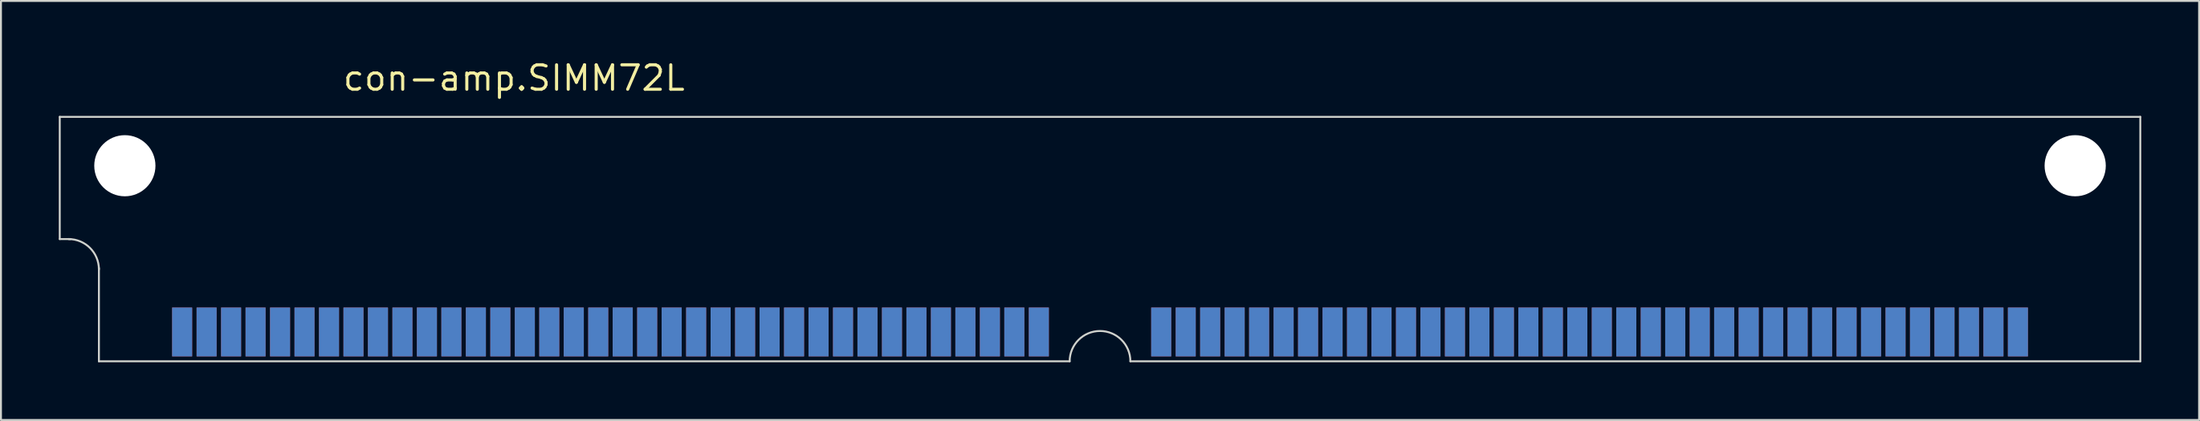
<source format=kicad_pcb>
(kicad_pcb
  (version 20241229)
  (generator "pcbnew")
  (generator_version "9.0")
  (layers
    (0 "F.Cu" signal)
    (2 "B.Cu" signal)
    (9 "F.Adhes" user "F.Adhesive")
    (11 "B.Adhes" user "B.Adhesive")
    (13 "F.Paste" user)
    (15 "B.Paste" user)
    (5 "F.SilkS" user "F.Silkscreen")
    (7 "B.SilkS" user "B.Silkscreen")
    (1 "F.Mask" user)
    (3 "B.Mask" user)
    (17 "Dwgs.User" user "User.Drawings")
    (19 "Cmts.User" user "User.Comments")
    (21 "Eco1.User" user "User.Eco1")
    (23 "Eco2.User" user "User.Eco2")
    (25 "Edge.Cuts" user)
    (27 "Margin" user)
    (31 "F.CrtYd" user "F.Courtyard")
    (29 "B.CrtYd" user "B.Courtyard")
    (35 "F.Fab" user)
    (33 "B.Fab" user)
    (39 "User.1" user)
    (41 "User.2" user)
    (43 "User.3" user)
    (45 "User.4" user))
  (footprint "con-amp.SIMM72L"
    (layer "F.Cu")
    (at 54.025 5.56)
    (property "Reference" "con-amp.SIMM72L" (at -39.37 -3.81 0) (layer "F.SilkS") (effects (font (size 1.27 1.27) (thickness 0.16)) (justify left bottom)))
    (attr smd)
    (fp_line (start -53.975 -2.54) (end 53.975 -2.54) (stroke (width 0.1) (type default)) (layer "Edge.Cuts"))
    (fp_line (start -53.975 3.81) (end -53.975 -2.54) (stroke (width 0.1) (type default)) (layer "Edge.Cuts"))
    (fp_line (start -53.975 3.81) (end -53.416 3.81) (stroke (width 0.1) (type default)) (layer "Edge.Cuts"))
    (fp_line (start -51.943 10.16) (end -51.943 5.309) (stroke (width 0.1) (type default)) (layer "Edge.Cuts"))
    (fp_line (start -1.575 10.16) (end -51.943 10.16) (stroke (width 0.1) (type default)) (layer "Edge.Cuts"))
    (fp_line (start 53.975 -2.54) (end 53.975 10.16) (stroke (width 0.1) (type default)) (layer "Edge.Cuts"))
    (fp_line (start 53.975 10.16) (end 1.575 10.16) (stroke (width 0.1) (type default)) (layer "Edge.Cuts"))
    (fp_arc (start -53.5178 3.81) (mid -52.404248 4.271248) (end -51.943 5.3848) (stroke (width 0.1) (type default)) (layer "Edge.Cuts"))
    (fp_arc (start -1.5748 10.16) (mid 0 8.5852) (end 1.5748 10.16) (stroke (width 0.1) (type default)) (layer "Edge.Cuts"))
    (pad "" np_thru_hole circle (at -50.597 0) (size 3.175 3.175) (drill 3.175) (layers "*.Cu" "*.Mask"))
    (pad "" np_thru_hole circle (at 50.597 0) (size 3.175 3.175) (drill 3.175) (layers "*.Cu" "*.Mask"))
    (pad "1" smd roundrect (at -47.625 8.636) (size 1.041 2.54) (layers "F.Cu" "F.Mask" "F.Paste") (roundrect_rratio 0.01))
    (pad "2" smd roundrect (at -46.355 8.636) (size 1.041 2.54) (layers "F.Cu" "F.Mask" "F.Paste") (roundrect_rratio 0.01))
    (pad "3" smd roundrect (at -45.085 8.636) (size 1.041 2.54) (layers "F.Cu" "F.Mask" "F.Paste") (roundrect_rratio 0.01))
    (pad "4" smd roundrect (at -43.815 8.636) (size 1.041 2.54) (layers "F.Cu" "F.Mask" "F.Paste") (roundrect_rratio 0.01))
    (pad "5" smd roundrect (at -42.545 8.636) (size 1.041 2.54) (layers "F.Cu" "F.Mask" "F.Paste") (roundrect_rratio 0.01))
    (pad "6" smd roundrect (at -41.275 8.636) (size 1.041 2.54) (layers "F.Cu" "F.Mask" "F.Paste") (roundrect_rratio 0.01))
    (pad "7" smd roundrect (at -40.005 8.636) (size 1.041 2.54) (layers "F.Cu" "F.Mask" "F.Paste") (roundrect_rratio 0.01))
    (pad "8" smd roundrect (at -38.735 8.636) (size 1.041 2.54) (layers "F.Cu" "F.Mask" "F.Paste") (roundrect_rratio 0.01))
    (pad "9" smd roundrect (at -37.465 8.636) (size 1.041 2.54) (layers "F.Cu" "F.Mask" "F.Paste") (roundrect_rratio 0.01))
    (pad "10" smd roundrect (at -36.195 8.636) (size 1.041 2.54) (layers "F.Cu" "F.Mask" "F.Paste") (roundrect_rratio 0.01))
    (pad "11" smd roundrect (at -34.925 8.636) (size 1.041 2.54) (layers "F.Cu" "F.Mask" "F.Paste") (roundrect_rratio 0.01))
    (pad "12" smd roundrect (at -33.655 8.636) (size 1.041 2.54) (layers "F.Cu" "F.Mask" "F.Paste") (roundrect_rratio 0.01))
    (pad "13" smd roundrect (at -32.385 8.636) (size 1.041 2.54) (layers "F.Cu" "F.Mask" "F.Paste") (roundrect_rratio 0.01))
    (pad "14" smd roundrect (at -31.115 8.636) (size 1.041 2.54) (layers "F.Cu" "F.Mask" "F.Paste") (roundrect_rratio 0.01))
    (pad "15" smd roundrect (at -29.845 8.636) (size 1.041 2.54) (layers "F.Cu" "F.Mask" "F.Paste") (roundrect_rratio 0.01))
    (pad "16" smd roundrect (at -28.575 8.636) (size 1.041 2.54) (layers "F.Cu" "F.Mask" "F.Paste") (roundrect_rratio 0.01))
    (pad "17" smd roundrect (at -27.305 8.636) (size 1.041 2.54) (layers "F.Cu" "F.Mask" "F.Paste") (roundrect_rratio 0.01))
    (pad "18" smd roundrect (at -26.035 8.636) (size 1.041 2.54) (layers "F.Cu" "F.Mask" "F.Paste") (roundrect_rratio 0.01))
    (pad "19" smd roundrect (at -24.765 8.636) (size 1.041 2.54) (layers "F.Cu" "F.Mask" "F.Paste") (roundrect_rratio 0.01))
    (pad "20" smd roundrect (at -23.495 8.636) (size 1.041 2.54) (layers "F.Cu" "F.Mask" "F.Paste") (roundrect_rratio 0.01))
    (pad "21" smd roundrect (at -22.225 8.636) (size 1.041 2.54) (layers "F.Cu" "F.Mask" "F.Paste") (roundrect_rratio 0.01))
    (pad "22" smd roundrect (at -20.955 8.636) (size 1.041 2.54) (layers "F.Cu" "F.Mask" "F.Paste") (roundrect_rratio 0.01))
    (pad "23" smd roundrect (at -19.685 8.636) (size 1.041 2.54) (layers "F.Cu" "F.Mask" "F.Paste") (roundrect_rratio 0.01))
    (pad "24" smd roundrect (at -18.415 8.636) (size 1.041 2.54) (layers "F.Cu" "F.Mask" "F.Paste") (roundrect_rratio 0.01))
    (pad "25" smd roundrect (at -17.145 8.636) (size 1.041 2.54) (layers "F.Cu" "F.Mask" "F.Paste") (roundrect_rratio 0.01))
    (pad "26" smd roundrect (at -15.875 8.636) (size 1.041 2.54) (layers "F.Cu" "F.Mask" "F.Paste") (roundrect_rratio 0.01))
    (pad "27" smd roundrect (at -14.605 8.636) (size 1.041 2.54) (layers "F.Cu" "F.Mask" "F.Paste") (roundrect_rratio 0.01))
    (pad "28" smd roundrect (at -13.335 8.636) (size 1.041 2.54) (layers "F.Cu" "F.Mask" "F.Paste") (roundrect_rratio 0.01))
    (pad "29" smd roundrect (at -12.065 8.636) (size 1.041 2.54) (layers "F.Cu" "F.Mask" "F.Paste") (roundrect_rratio 0.01))
    (pad "30" smd roundrect (at -10.795 8.636) (size 1.041 2.54) (layers "F.Cu" "F.Mask" "F.Paste") (roundrect_rratio 0.01))
    (pad "31" smd roundrect (at -9.525 8.636) (size 1.041 2.54) (layers "F.Cu" "F.Mask" "F.Paste") (roundrect_rratio 0.01))
    (pad "32" smd roundrect (at -8.255 8.636) (size 1.041 2.54) (layers "F.Cu" "F.Mask" "F.Paste") (roundrect_rratio 0.01))
    (pad "33" smd roundrect (at -6.985 8.636) (size 1.041 2.54) (layers "F.Cu" "F.Mask" "F.Paste") (roundrect_rratio 0.01))
    (pad "34" smd roundrect (at -5.715 8.636) (size 1.041 2.54) (layers "F.Cu" "F.Mask" "F.Paste") (roundrect_rratio 0.01))
    (pad "35" smd roundrect (at -4.445 8.636) (size 1.041 2.54) (layers "F.Cu" "F.Mask" "F.Paste") (roundrect_rratio 0.01))
    (pad "36" smd roundrect (at -3.175 8.636) (size 1.041 2.54) (layers "F.Cu" "F.Mask" "F.Paste") (roundrect_rratio 0.01))
    (pad "37" smd roundrect (at 3.175 8.636) (size 1.041 2.54) (layers "F.Cu" "F.Mask" "F.Paste") (roundrect_rratio 0.01))
    (pad "38" smd roundrect (at 4.445 8.636) (size 1.041 2.54) (layers "F.Cu" "F.Mask" "F.Paste") (roundrect_rratio 0.01))
    (pad "39" smd roundrect (at 5.715 8.636) (size 1.041 2.54) (layers "F.Cu" "F.Mask" "F.Paste") (roundrect_rratio 0.01))
    (pad "40" smd roundrect (at 6.985 8.636) (size 1.041 2.54) (layers "F.Cu" "F.Mask" "F.Paste") (roundrect_rratio 0.01))
    (pad "41" smd roundrect (at 8.255 8.636) (size 1.041 2.54) (layers "F.Cu" "F.Mask" "F.Paste") (roundrect_rratio 0.01))
    (pad "42" smd roundrect (at 9.525 8.636) (size 1.041 2.54) (layers "F.Cu" "F.Mask" "F.Paste") (roundrect_rratio 0.01))
    (pad "43" smd roundrect (at 10.795 8.636) (size 1.041 2.54) (layers "F.Cu" "F.Mask" "F.Paste") (roundrect_rratio 0.01))
    (pad "44" smd roundrect (at 12.065 8.636) (size 1.041 2.54) (layers "F.Cu" "F.Mask" "F.Paste") (roundrect_rratio 0.01))
    (pad "45" smd roundrect (at 13.335 8.636) (size 1.041 2.54) (layers "F.Cu" "F.Mask" "F.Paste") (roundrect_rratio 0.01))
    (pad "46" smd roundrect (at 14.605 8.636) (size 1.041 2.54) (layers "F.Cu" "F.Mask" "F.Paste") (roundrect_rratio 0.01))
    (pad "47" smd roundrect (at 15.875 8.636) (size 1.041 2.54) (layers "F.Cu" "F.Mask" "F.Paste") (roundrect_rratio 0.01))
    (pad "48" smd roundrect (at 17.145 8.636) (size 1.041 2.54) (layers "F.Cu" "F.Mask" "F.Paste") (roundrect_rratio 0.01))
    (pad "49" smd roundrect (at 18.415 8.636) (size 1.041 2.54) (layers "F.Cu" "F.Mask" "F.Paste") (roundrect_rratio 0.01))
    (pad "50" smd roundrect (at 19.685 8.636) (size 1.041 2.54) (layers "F.Cu" "F.Mask" "F.Paste") (roundrect_rratio 0.01))
    (pad "51" smd roundrect (at 20.955 8.636) (size 1.041 2.54) (layers "F.Cu" "F.Mask" "F.Paste") (roundrect_rratio 0.01))
    (pad "52" smd roundrect (at 22.225 8.636) (size 1.041 2.54) (layers "F.Cu" "F.Mask" "F.Paste") (roundrect_rratio 0.01))
    (pad "53" smd roundrect (at 23.495 8.636) (size 1.041 2.54) (layers "F.Cu" "F.Mask" "F.Paste") (roundrect_rratio 0.01))
    (pad "54" smd roundrect (at 24.765 8.636) (size 1.041 2.54) (layers "F.Cu" "F.Mask" "F.Paste") (roundrect_rratio 0.01))
    (pad "55" smd roundrect (at 26.035 8.636) (size 1.041 2.54) (layers "F.Cu" "F.Mask" "F.Paste") (roundrect_rratio 0.01))
    (pad "56" smd roundrect (at 27.305 8.636) (size 1.041 2.54) (layers "F.Cu" "F.Mask" "F.Paste") (roundrect_rratio 0.01))
    (pad "57" smd roundrect (at 28.575 8.636) (size 1.041 2.54) (layers "F.Cu" "F.Mask" "F.Paste") (roundrect_rratio 0.01))
    (pad "58" smd roundrect (at 29.845 8.636) (size 1.041 2.54) (layers "F.Cu" "F.Mask" "F.Paste") (roundrect_rratio 0.01))
    (pad "59" smd roundrect (at 31.115 8.636) (size 1.041 2.54) (layers "F.Cu" "F.Mask" "F.Paste") (roundrect_rratio 0.01))
    (pad "60" smd roundrect (at 32.385 8.636) (size 1.041 2.54) (layers "F.Cu" "F.Mask" "F.Paste") (roundrect_rratio 0.01))
    (pad "61" smd roundrect (at 33.655 8.636) (size 1.041 2.54) (layers "F.Cu" "F.Mask" "F.Paste") (roundrect_rratio 0.01))
    (pad "62" smd roundrect (at 34.925 8.636) (size 1.041 2.54) (layers "F.Cu" "F.Mask" "F.Paste") (roundrect_rratio 0.01))
    (pad "63" smd roundrect (at 36.195 8.636) (size 1.041 2.54) (layers "F.Cu" "F.Mask" "F.Paste") (roundrect_rratio 0.01))
    (pad "64" smd roundrect (at 37.465 8.636) (size 1.041 2.54) (layers "F.Cu" "F.Mask" "F.Paste") (roundrect_rratio 0.01))
    (pad "65" smd roundrect (at 38.735 8.636) (size 1.041 2.54) (layers "F.Cu" "F.Mask" "F.Paste") (roundrect_rratio 0.01))
    (pad "66" smd roundrect (at 40.005 8.636) (size 1.041 2.54) (layers "F.Cu" "F.Mask" "F.Paste") (roundrect_rratio 0.01))
    (pad "67" smd roundrect (at 41.275 8.636) (size 1.041 2.54) (layers "F.Cu" "F.Mask" "F.Paste") (roundrect_rratio 0.01))
    (pad "68" smd roundrect (at 42.545 8.636) (size 1.041 2.54) (layers "F.Cu" "F.Mask" "F.Paste") (roundrect_rratio 0.01))
    (pad "69" smd roundrect (at 43.815 8.636) (size 1.041 2.54) (layers "F.Cu" "F.Mask" "F.Paste") (roundrect_rratio 0.01))
    (pad "70" smd roundrect (at 45.085 8.636) (size 1.041 2.54) (layers "F.Cu" "F.Mask" "F.Paste") (roundrect_rratio 0.01))
    (pad "71" smd roundrect (at 46.355 8.636) (size 1.041 2.54) (layers "F.Cu" "F.Mask" "F.Paste") (roundrect_rratio 0.01))
    (pad "72" smd roundrect (at 47.625 8.636) (size 1.041 2.54) (layers "F.Cu" "F.Mask" "F.Paste") (roundrect_rratio 0.01))
    (pad "73" smd roundrect (at -47.625 8.636) (size 1.041 2.54) (layers "B.Cu" "B.Mask" "B.Paste") (roundrect_rratio 0.01))
    (pad "74" smd roundrect (at -46.355 8.636) (size 1.041 2.54) (layers "B.Cu" "B.Mask" "B.Paste") (roundrect_rratio 0.01))
    (pad "75" smd roundrect (at -45.085 8.636) (size 1.041 2.54) (layers "B.Cu" "B.Mask" "B.Paste") (roundrect_rratio 0.01))
    (pad "76" smd roundrect (at -43.815 8.636) (size 1.041 2.54) (layers "B.Cu" "B.Mask" "B.Paste") (roundrect_rratio 0.01))
    (pad "77" smd roundrect (at -42.545 8.636) (size 1.041 2.54) (layers "B.Cu" "B.Mask" "B.Paste") (roundrect_rratio 0.01))
    (pad "78" smd roundrect (at -41.275 8.636) (size 1.041 2.54) (layers "B.Cu" "B.Mask" "B.Paste") (roundrect_rratio 0.01))
    (pad "79" smd roundrect (at -40.005 8.636) (size 1.041 2.54) (layers "B.Cu" "B.Mask" "B.Paste") (roundrect_rratio 0.01))
    (pad "80" smd roundrect (at -38.735 8.636) (size 1.041 2.54) (layers "B.Cu" "B.Mask" "B.Paste") (roundrect_rratio 0.01))
    (pad "81" smd roundrect (at -37.465 8.636) (size 1.041 2.54) (layers "B.Cu" "B.Mask" "B.Paste") (roundrect_rratio 0.01))
    (pad "82" smd roundrect (at -36.195 8.636) (size 1.041 2.54) (layers "B.Cu" "B.Mask" "B.Paste") (roundrect_rratio 0.01))
    (pad "83" smd roundrect (at -34.925 8.636) (size 1.041 2.54) (layers "B.Cu" "B.Mask" "B.Paste") (roundrect_rratio 0.01))
    (pad "84" smd roundrect (at -33.655 8.636) (size 1.041 2.54) (layers "B.Cu" "B.Mask" "B.Paste") (roundrect_rratio 0.01))
    (pad "85" smd roundrect (at -32.385 8.636) (size 1.041 2.54) (layers "B.Cu" "B.Mask" "B.Paste") (roundrect_rratio 0.01))
    (pad "86" smd roundrect (at -31.115 8.636) (size 1.041 2.54) (layers "B.Cu" "B.Mask" "B.Paste") (roundrect_rratio 0.01))
    (pad "87" smd roundrect (at -29.845 8.636) (size 1.041 2.54) (layers "B.Cu" "B.Mask" "B.Paste") (roundrect_rratio 0.01))
    (pad "88" smd roundrect (at -28.575 8.636) (size 1.041 2.54) (layers "B.Cu" "B.Mask" "B.Paste") (roundrect_rratio 0.01))
    (pad "89" smd roundrect (at -27.305 8.636) (size 1.041 2.54) (layers "B.Cu" "B.Mask" "B.Paste") (roundrect_rratio 0.01))
    (pad "90" smd roundrect (at -26.035 8.636) (size 1.041 2.54) (layers "B.Cu" "B.Mask" "B.Paste") (roundrect_rratio 0.01))
    (pad "91" smd roundrect (at -24.765 8.636) (size 1.041 2.54) (layers "B.Cu" "B.Mask" "B.Paste") (roundrect_rratio 0.01))
    (pad "92" smd roundrect (at -23.495 8.636) (size 1.041 2.54) (layers "B.Cu" "B.Mask" "B.Paste") (roundrect_rratio 0.01))
    (pad "93" smd roundrect (at -22.225 8.636) (size 1.041 2.54) (layers "B.Cu" "B.Mask" "B.Paste") (roundrect_rratio 0.01))
    (pad "94" smd roundrect (at -20.955 8.636) (size 1.041 2.54) (layers "B.Cu" "B.Mask" "B.Paste") (roundrect_rratio 0.01))
    (pad "95" smd roundrect (at -19.685 8.636) (size 1.041 2.54) (layers "B.Cu" "B.Mask" "B.Paste") (roundrect_rratio 0.01))
    (pad "96" smd roundrect (at -18.415 8.636) (size 1.041 2.54) (layers "B.Cu" "B.Mask" "B.Paste") (roundrect_rratio 0.01))
    (pad "97" smd roundrect (at -17.145 8.636) (size 1.041 2.54) (layers "B.Cu" "B.Mask" "B.Paste") (roundrect_rratio 0.01))
    (pad "98" smd roundrect (at -15.875 8.636) (size 1.041 2.54) (layers "B.Cu" "B.Mask" "B.Paste") (roundrect_rratio 0.01))
    (pad "99" smd roundrect (at -14.605 8.636) (size 1.041 2.54) (layers "B.Cu" "B.Mask" "B.Paste") (roundrect_rratio 0.01))
    (pad "100" smd roundrect (at -13.335 8.636) (size 1.041 2.54) (layers "B.Cu" "B.Mask" "B.Paste") (roundrect_rratio 0.01))
    (pad "101" smd roundrect (at -12.065 8.636) (size 1.041 2.54) (layers "B.Cu" "B.Mask" "B.Paste") (roundrect_rratio 0.01))
    (pad "102" smd roundrect (at -10.795 8.636) (size 1.041 2.54) (layers "B.Cu" "B.Mask" "B.Paste") (roundrect_rratio 0.01))
    (pad "103" smd roundrect (at -9.525 8.636) (size 1.041 2.54) (layers "B.Cu" "B.Mask" "B.Paste") (roundrect_rratio 0.01))
    (pad "104" smd roundrect (at -8.255 8.636) (size 1.041 2.54) (layers "B.Cu" "B.Mask" "B.Paste") (roundrect_rratio 0.01))
    (pad "105" smd roundrect (at -6.985 8.636) (size 1.041 2.54) (layers "B.Cu" "B.Mask" "B.Paste") (roundrect_rratio 0.01))
    (pad "106" smd roundrect (at -5.715 8.636) (size 1.041 2.54) (layers "B.Cu" "B.Mask" "B.Paste") (roundrect_rratio 0.01))
    (pad "107" smd roundrect (at -4.445 8.636) (size 1.041 2.54) (layers "B.Cu" "B.Mask" "B.Paste") (roundrect_rratio 0.01))
    (pad "108" smd roundrect (at -3.175 8.636) (size 1.041 2.54) (layers "B.Cu" "B.Mask" "B.Paste") (roundrect_rratio 0.01))
    (pad "109" smd roundrect (at 3.175 8.636) (size 1.041 2.54) (layers "B.Cu" "B.Mask" "B.Paste") (roundrect_rratio 0.01))
    (pad "110" smd roundrect (at 4.445 8.636) (size 1.041 2.54) (layers "B.Cu" "B.Mask" "B.Paste") (roundrect_rratio 0.01))
    (pad "111" smd roundrect (at 5.715 8.636) (size 1.041 2.54) (layers "B.Cu" "B.Mask" "B.Paste") (roundrect_rratio 0.01))
    (pad "112" smd roundrect (at 6.985 8.636) (size 1.041 2.54) (layers "B.Cu" "B.Mask" "B.Paste") (roundrect_rratio 0.01))
    (pad "113" smd roundrect (at 8.255 8.636) (size 1.041 2.54) (layers "B.Cu" "B.Mask" "B.Paste") (roundrect_rratio 0.01))
    (pad "114" smd roundrect (at 9.525 8.636) (size 1.041 2.54) (layers "B.Cu" "B.Mask" "B.Paste") (roundrect_rratio 0.01))
    (pad "115" smd roundrect (at 10.795 8.636) (size 1.041 2.54) (layers "B.Cu" "B.Mask" "B.Paste") (roundrect_rratio 0.01))
    (pad "116" smd roundrect (at 12.065 8.636) (size 1.041 2.54) (layers "B.Cu" "B.Mask" "B.Paste") (roundrect_rratio 0.01))
    (pad "117" smd roundrect (at 13.335 8.636) (size 1.041 2.54) (layers "B.Cu" "B.Mask" "B.Paste") (roundrect_rratio 0.01))
    (pad "118" smd roundrect (at 14.605 8.636) (size 1.041 2.54) (layers "B.Cu" "B.Mask" "B.Paste") (roundrect_rratio 0.01))
    (pad "119" smd roundrect (at 15.875 8.636) (size 1.041 2.54) (layers "B.Cu" "B.Mask" "B.Paste") (roundrect_rratio 0.01))
    (pad "120" smd roundrect (at 17.145 8.636) (size 1.041 2.54) (layers "B.Cu" "B.Mask" "B.Paste") (roundrect_rratio 0.01))
    (pad "121" smd roundrect (at 18.415 8.636) (size 1.041 2.54) (layers "B.Cu" "B.Mask" "B.Paste") (roundrect_rratio 0.01))
    (pad "122" smd roundrect (at 19.685 8.636) (size 1.041 2.54) (layers "B.Cu" "B.Mask" "B.Paste") (roundrect_rratio 0.01))
    (pad "123" smd roundrect (at 20.955 8.636) (size 1.041 2.54) (layers "B.Cu" "B.Mask" "B.Paste") (roundrect_rratio 0.01))
    (pad "124" smd roundrect (at 22.225 8.636) (size 1.041 2.54) (layers "B.Cu" "B.Mask" "B.Paste") (roundrect_rratio 0.01))
    (pad "125" smd roundrect (at 23.495 8.636) (size 1.041 2.54) (layers "B.Cu" "B.Mask" "B.Paste") (roundrect_rratio 0.01))
    (pad "126" smd roundrect (at 24.765 8.636) (size 1.041 2.54) (layers "B.Cu" "B.Mask" "B.Paste") (roundrect_rratio 0.01))
    (pad "127" smd roundrect (at 26.035 8.636) (size 1.041 2.54) (layers "B.Cu" "B.Mask" "B.Paste") (roundrect_rratio 0.01))
    (pad "128" smd roundrect (at 27.305 8.636) (size 1.041 2.54) (layers "B.Cu" "B.Mask" "B.Paste") (roundrect_rratio 0.01))
    (pad "129" smd roundrect (at 28.575 8.636) (size 1.041 2.54) (layers "B.Cu" "B.Mask" "B.Paste") (roundrect_rratio 0.01))
    (pad "130" smd roundrect (at 29.845 8.636) (size 1.041 2.54) (layers "B.Cu" "B.Mask" "B.Paste") (roundrect_rratio 0.01))
    (pad "131" smd roundrect (at 31.115 8.636) (size 1.041 2.54) (layers "B.Cu" "B.Mask" "B.Paste") (roundrect_rratio 0.01))
    (pad "132" smd roundrect (at 32.385 8.636) (size 1.041 2.54) (layers "B.Cu" "B.Mask" "B.Paste") (roundrect_rratio 0.01))
    (pad "133" smd roundrect (at 33.655 8.636) (size 1.041 2.54) (layers "B.Cu" "B.Mask" "B.Paste") (roundrect_rratio 0.01))
    (pad "134" smd roundrect (at 34.925 8.636) (size 1.041 2.54) (layers "B.Cu" "B.Mask" "B.Paste") (roundrect_rratio 0.01))
    (pad "135" smd roundrect (at 36.195 8.636) (size 1.041 2.54) (layers "B.Cu" "B.Mask" "B.Paste") (roundrect_rratio 0.01))
    (pad "136" smd roundrect (at 37.465 8.636) (size 1.041 2.54) (layers "B.Cu" "B.Mask" "B.Paste") (roundrect_rratio 0.01))
    (pad "137" smd roundrect (at 38.735 8.636) (size 1.041 2.54) (layers "B.Cu" "B.Mask" "B.Paste") (roundrect_rratio 0.01))
    (pad "138" smd roundrect (at 40.005 8.636) (size 1.041 2.54) (layers "B.Cu" "B.Mask" "B.Paste") (roundrect_rratio 0.01))
    (pad "139" smd roundrect (at 41.275 8.636) (size 1.041 2.54) (layers "B.Cu" "B.Mask" "B.Paste") (roundrect_rratio 0.01))
    (pad "140" smd roundrect (at 42.545 8.636) (size 1.041 2.54) (layers "B.Cu" "B.Mask" "B.Paste") (roundrect_rratio 0.01))
    (pad "141" smd roundrect (at 43.815 8.636) (size 1.041 2.54) (layers "B.Cu" "B.Mask" "B.Paste") (roundrect_rratio 0.01))
    (pad "142" smd roundrect (at 45.085 8.636) (size 1.041 2.54) (layers "B.Cu" "B.Mask" "B.Paste") (roundrect_rratio 0.01))
    (pad "143" smd roundrect (at 46.355 8.636) (size 1.041 2.54) (layers "B.Cu" "B.Mask" "B.Paste") (roundrect_rratio 0.01))
    (pad "144" smd roundrect (at 47.625 8.636) (size 1.041 2.54) (layers "B.Cu" "B.Mask" "B.Paste") (roundrect_rratio 0.01)))
  (gr_rect
    (start -3 -3)
    (end 111.05 18.77)
    (stroke (width 0.1) (type default))
    (fill no)
    (layer "Edge.Cuts")))
</source>
